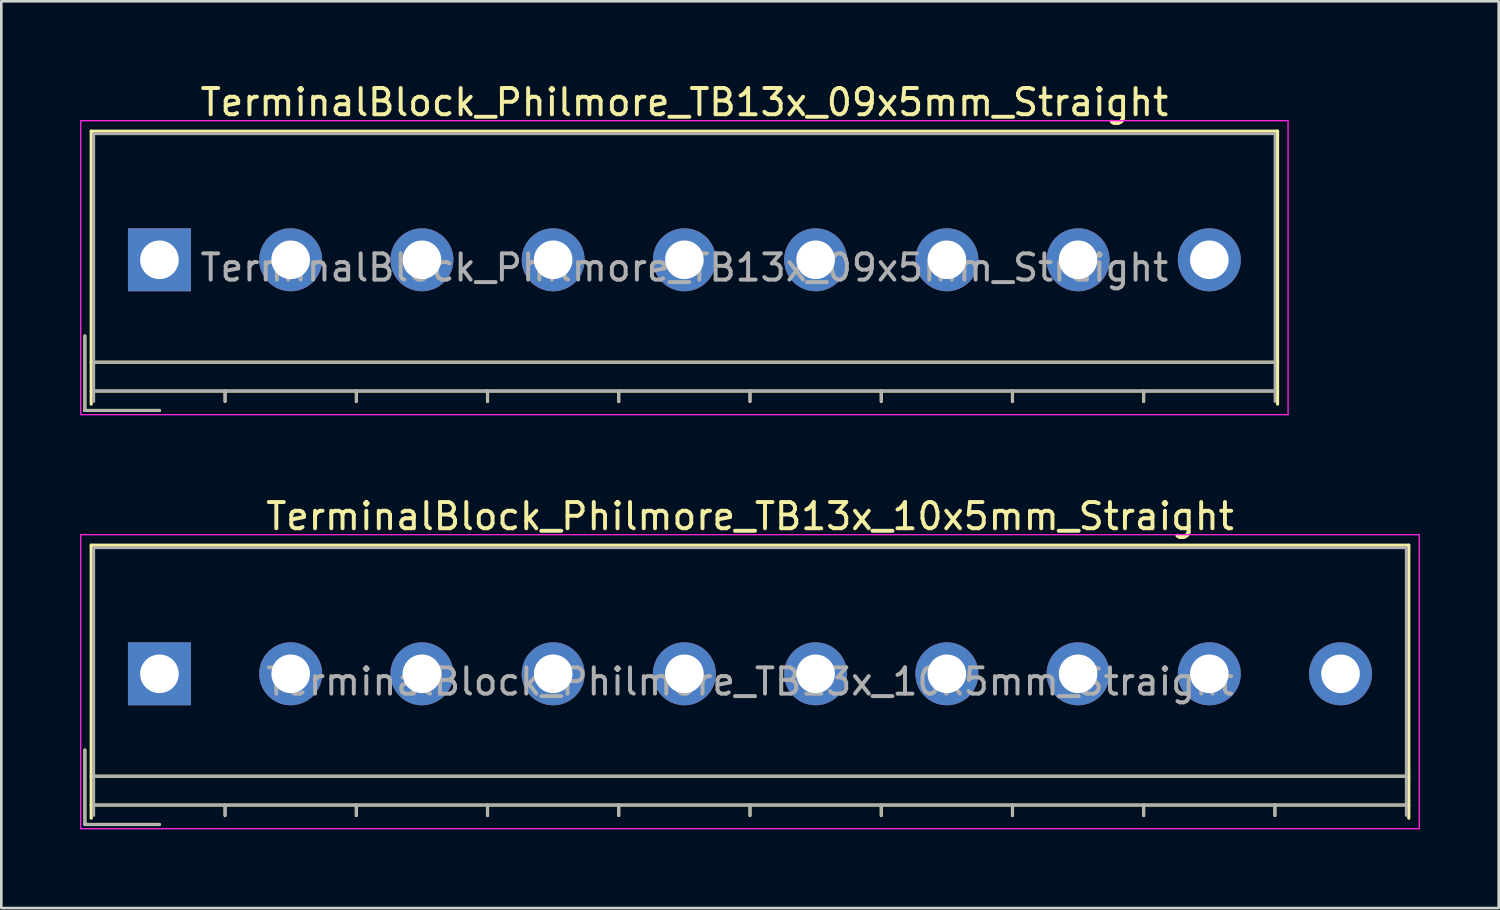
<source format=kicad_pcb>
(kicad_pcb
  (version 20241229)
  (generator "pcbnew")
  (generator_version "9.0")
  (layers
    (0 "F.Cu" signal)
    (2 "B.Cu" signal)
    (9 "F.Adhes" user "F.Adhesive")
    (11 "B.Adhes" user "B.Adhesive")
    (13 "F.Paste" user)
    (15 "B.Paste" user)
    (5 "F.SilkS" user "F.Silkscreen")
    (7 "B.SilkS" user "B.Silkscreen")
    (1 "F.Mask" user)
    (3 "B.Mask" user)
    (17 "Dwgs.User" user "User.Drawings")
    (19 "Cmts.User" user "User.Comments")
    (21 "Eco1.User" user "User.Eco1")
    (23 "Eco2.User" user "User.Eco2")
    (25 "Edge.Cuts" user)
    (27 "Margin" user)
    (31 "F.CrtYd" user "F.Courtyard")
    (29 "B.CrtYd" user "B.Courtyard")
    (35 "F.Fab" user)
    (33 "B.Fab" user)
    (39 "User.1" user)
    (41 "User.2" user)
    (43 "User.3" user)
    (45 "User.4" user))
  (footprint "TerminalBlock_Philmore_TB13x_09x5mm_Straight"
    (layer "F.Cu")
    (at 3.025 6.848)
    (property "Reference" "TerminalBlock_Philmore_TB13x_09x5mm_Straight" (at 20 -6 0) (layer "F.SilkS") (effects (font (size 1 1) (thickness 0.15))))
    (attr through_hole)
    (fp_line (start -2.84 2.9) (end -2.84 5.74) (stroke (width 0.12) (type solid)) (layer "F.SilkS"))
    (fp_line (start -2.84 5.74) (end 0 5.74) (stroke (width 0.12) (type solid)) (layer "F.SilkS"))
    (fp_line (start -2.6 -4.9) (end 42.6 -4.9) (stroke (width 0.12) (type solid)) (layer "F.SilkS"))
    (fp_line (start -2.6 3.9) (end 42.6 3.9) (stroke (width 0.12) (type solid)) (layer "F.SilkS"))
    (fp_line (start -2.6 5) (end 42.6 5) (stroke (width 0.12) (type solid)) (layer "F.SilkS"))
    (fp_line (start -2.6 5.5) (end -2.6 -4.9) (stroke (width 0.12) (type solid)) (layer "F.SilkS"))
    (fp_line (start 2.5 5) (end 2.5 5.4) (stroke (width 0.12) (type solid)) (layer "F.SilkS"))
    (fp_line (start 7.5 5) (end 7.5 5.4) (stroke (width 0.12) (type solid)) (layer "F.SilkS"))
    (fp_line (start 12.5 5) (end 12.5 5.4) (stroke (width 0.12) (type solid)) (layer "F.SilkS"))
    (fp_line (start 17.5 5) (end 17.5 5.4) (stroke (width 0.12) (type solid)) (layer "F.SilkS"))
    (fp_line (start 22.5 5) (end 22.5 5.4) (stroke (width 0.12) (type solid)) (layer "F.SilkS"))
    (fp_line (start 27.5 5) (end 27.5 5.4) (stroke (width 0.12) (type solid)) (layer "F.SilkS"))
    (fp_line (start 32.5 5) (end 32.5 5.4) (stroke (width 0.12) (type solid)) (layer "F.SilkS"))
    (fp_line (start 37.5 5) (end 37.5 5.4) (stroke (width 0.12) (type solid)) (layer "F.SilkS"))
    (fp_line (start 42.6 -4.9) (end 42.6 5.5) (stroke (width 0.12) (type solid)) (layer "F.SilkS"))
    (fp_line (start -3 -5.3) (end -3 5.9) (stroke (width 0.05) (type solid)) (layer "F.CrtYd"))
    (fp_line (start -3 5.9) (end 43 5.9) (stroke (width 0.05) (type solid)) (layer "F.CrtYd"))
    (fp_line (start 43 -5.3) (end -3 -5.3) (stroke (width 0.05) (type solid)) (layer "F.CrtYd"))
    (fp_line (start 43 5.9) (end 43 -5.3) (stroke (width 0.05) (type solid)) (layer "F.CrtYd"))
    (fp_line (start -2.84 2.9) (end -2.84 5.74) (stroke (width 0.1) (type solid)) (layer "F.Fab"))
    (fp_line (start -2.84 5.74) (end 0 5.74) (stroke (width 0.1) (type solid)) (layer "F.Fab"))
    (fp_line (start -2.5 -4.8) (end 42.5 -4.8) (stroke (width 0.1) (type solid)) (layer "F.Fab"))
    (fp_line (start -2.5 3.9) (end 42.5 3.9) (stroke (width 0.1) (type solid)) (layer "F.Fab"))
    (fp_line (start -2.5 5) (end 42.5 5) (stroke (width 0.1) (type solid)) (layer "F.Fab"))
    (fp_line (start -2.5 5.4) (end -2.5 -4.8) (stroke (width 0.1) (type solid)) (layer "F.Fab"))
    (fp_line (start 2.5 5) (end 2.5 5.4) (stroke (width 0.1) (type solid)) (layer "F.Fab"))
    (fp_line (start 7.5 5) (end 7.5 5.4) (stroke (width 0.1) (type solid)) (layer "F.Fab"))
    (fp_line (start 12.5 5) (end 12.5 5.4) (stroke (width 0.1) (type solid)) (layer "F.Fab"))
    (fp_line (start 17.5 5) (end 17.5 5.4) (stroke (width 0.1) (type solid)) (layer "F.Fab"))
    (fp_line (start 22.5 5) (end 22.5 5.4) (stroke (width 0.1) (type solid)) (layer "F.Fab"))
    (fp_line (start 27.5 5) (end 27.5 5.4) (stroke (width 0.1) (type solid)) (layer "F.Fab"))
    (fp_line (start 32.5 5) (end 32.5 5.4) (stroke (width 0.1) (type solid)) (layer "F.Fab"))
    (fp_line (start 37.5 5) (end 37.5 5.4) (stroke (width 0.1) (type solid)) (layer "F.Fab"))
    (fp_line (start 42.5 -4.8) (end 42.5 5.4) (stroke (width 0.1) (type solid)) (layer "F.Fab"))
    (fp_text user "${REFERENCE}" (at 20 0.3 0) (layer "F.Fab") (effects (font (size 1 1) (thickness 0.15))))
    (pad "1" thru_hole rect (at 0 0) (size 2.4 2.4) (drill 1.47) (layers "*.Cu" "*.Mask"))
    (pad "2" thru_hole circle (at 5 0) (size 2.4 2.4) (drill 1.47) (layers "*.Cu" "*.Mask"))
    (pad "3" thru_hole circle (at 10 0) (size 2.4 2.4) (drill 1.47) (layers "*.Cu" "*.Mask"))
    (pad "4" thru_hole circle (at 15 0) (size 2.4 2.4) (drill 1.47) (layers "*.Cu" "*.Mask"))
    (pad "5" thru_hole circle (at 20 0) (size 2.4 2.4) (drill 1.47) (layers "*.Cu" "*.Mask"))
    (pad "6" thru_hole circle (at 25 0) (size 2.4 2.4) (drill 1.47) (layers "*.Cu" "*.Mask"))
    (pad "7" thru_hole circle (at 30 0) (size 2.4 2.4) (drill 1.47) (layers "*.Cu" "*.Mask"))
    (pad "8" thru_hole circle (at 35 0) (size 2.4 2.4) (drill 1.47) (layers "*.Cu" "*.Mask"))
    (pad "9" thru_hole circle (at 40 0) (size 2.4 2.4) (drill 1.47) (layers "*.Cu" "*.Mask")))
  (footprint "TerminalBlock_Philmore_TB13x_10x5mm_Straight"
    (layer "F.Cu")
    (at 3.025 22.622)
    (property "Reference" "TerminalBlock_Philmore_TB13x_10x5mm_Straight" (at 22.5 -6 0) (layer "F.SilkS") (effects (font (size 1 1) (thickness 0.15))))
    (attr through_hole)
    (fp_line (start -2.84 2.9) (end -2.84 5.74) (stroke (width 0.12) (type solid)) (layer "F.SilkS"))
    (fp_line (start -2.84 5.74) (end 0 5.74) (stroke (width 0.12) (type solid)) (layer "F.SilkS"))
    (fp_line (start -2.6 -4.9) (end 47.6 -4.9) (stroke (width 0.12) (type solid)) (layer "F.SilkS"))
    (fp_line (start -2.6 3.9) (end 47.6 3.9) (stroke (width 0.12) (type solid)) (layer "F.SilkS"))
    (fp_line (start -2.6 5) (end 47.6 5) (stroke (width 0.12) (type solid)) (layer "F.SilkS"))
    (fp_line (start -2.6 5.5) (end -2.6 -4.9) (stroke (width 0.12) (type solid)) (layer "F.SilkS"))
    (fp_line (start 2.5 5) (end 2.5 5.4) (stroke (width 0.12) (type solid)) (layer "F.SilkS"))
    (fp_line (start 7.5 5) (end 7.5 5.4) (stroke (width 0.12) (type solid)) (layer "F.SilkS"))
    (fp_line (start 12.5 5) (end 12.5 5.4) (stroke (width 0.12) (type solid)) (layer "F.SilkS"))
    (fp_line (start 17.5 5) (end 17.5 5.4) (stroke (width 0.12) (type solid)) (layer "F.SilkS"))
    (fp_line (start 22.5 5) (end 22.5 5.4) (stroke (width 0.12) (type solid)) (layer "F.SilkS"))
    (fp_line (start 27.5 5) (end 27.5 5.4) (stroke (width 0.12) (type solid)) (layer "F.SilkS"))
    (fp_line (start 32.5 5) (end 32.5 5.4) (stroke (width 0.12) (type solid)) (layer "F.SilkS"))
    (fp_line (start 37.5 5) (end 37.5 5.4) (stroke (width 0.12) (type solid)) (layer "F.SilkS"))
    (fp_line (start 42.5 5) (end 42.5 5.4) (stroke (width 0.12) (type solid)) (layer "F.SilkS"))
    (fp_line (start 47.6 -4.9) (end 47.6 5.5) (stroke (width 0.12) (type solid)) (layer "F.SilkS"))
    (fp_line (start -3 -5.3) (end -3 5.9) (stroke (width 0.05) (type solid)) (layer "F.CrtYd"))
    (fp_line (start -3 5.9) (end 48 5.9) (stroke (width 0.05) (type solid)) (layer "F.CrtYd"))
    (fp_line (start 48 -5.3) (end -3 -5.3) (stroke (width 0.05) (type solid)) (layer "F.CrtYd"))
    (fp_line (start 48 5.9) (end 48 -5.3) (stroke (width 0.05) (type solid)) (layer "F.CrtYd"))
    (fp_line (start -2.84 2.9) (end -2.84 5.74) (stroke (width 0.1) (type solid)) (layer "F.Fab"))
    (fp_line (start -2.84 5.74) (end 0 5.74) (stroke (width 0.1) (type solid)) (layer "F.Fab"))
    (fp_line (start -2.5 -4.8) (end 47.5 -4.8) (stroke (width 0.1) (type solid)) (layer "F.Fab"))
    (fp_line (start -2.5 3.9) (end 47.5 3.9) (stroke (width 0.1) (type solid)) (layer "F.Fab"))
    (fp_line (start -2.5 5) (end 47.5 5) (stroke (width 0.1) (type solid)) (layer "F.Fab"))
    (fp_line (start -2.5 5.4) (end -2.5 -4.8) (stroke (width 0.1) (type solid)) (layer "F.Fab"))
    (fp_line (start 2.5 5) (end 2.5 5.4) (stroke (width 0.1) (type solid)) (layer "F.Fab"))
    (fp_line (start 7.5 5) (end 7.5 5.4) (stroke (width 0.1) (type solid)) (layer "F.Fab"))
    (fp_line (start 12.5 5) (end 12.5 5.4) (stroke (width 0.1) (type solid)) (layer "F.Fab"))
    (fp_line (start 17.5 5) (end 17.5 5.4) (stroke (width 0.1) (type solid)) (layer "F.Fab"))
    (fp_line (start 22.5 5) (end 22.5 5.4) (stroke (width 0.1) (type solid)) (layer "F.Fab"))
    (fp_line (start 27.5 5) (end 27.5 5.4) (stroke (width 0.1) (type solid)) (layer "F.Fab"))
    (fp_line (start 32.5 5) (end 32.5 5.4) (stroke (width 0.1) (type solid)) (layer "F.Fab"))
    (fp_line (start 37.5 5) (end 37.5 5.4) (stroke (width 0.1) (type solid)) (layer "F.Fab"))
    (fp_line (start 42.5 5) (end 42.5 5.4) (stroke (width 0.1) (type solid)) (layer "F.Fab"))
    (fp_line (start 47.5 -4.8) (end 47.5 5.4) (stroke (width 0.1) (type solid)) (layer "F.Fab"))
    (fp_text user "${REFERENCE}" (at 22.5 0.3 0) (layer "F.Fab") (effects (font (size 1 1) (thickness 0.15))))
    (pad "1" thru_hole rect (at 0 0) (size 2.4 2.4) (drill 1.47) (layers "*.Cu" "*.Mask"))
    (pad "2" thru_hole circle (at 5 0) (size 2.4 2.4) (drill 1.47) (layers "*.Cu" "*.Mask"))
    (pad "3" thru_hole circle (at 10 0) (size 2.4 2.4) (drill 1.47) (layers "*.Cu" "*.Mask"))
    (pad "4" thru_hole circle (at 15 0) (size 2.4 2.4) (drill 1.47) (layers "*.Cu" "*.Mask"))
    (pad "5" thru_hole circle (at 20 0) (size 2.4 2.4) (drill 1.47) (layers "*.Cu" "*.Mask"))
    (pad "6" thru_hole circle (at 25 0) (size 2.4 2.4) (drill 1.47) (layers "*.Cu" "*.Mask"))
    (pad "7" thru_hole circle (at 30 0) (size 2.4 2.4) (drill 1.47) (layers "*.Cu" "*.Mask"))
    (pad "8" thru_hole circle (at 35 0) (size 2.4 2.4) (drill 1.47) (layers "*.Cu" "*.Mask"))
    (pad "9" thru_hole circle (at 40 0) (size 2.4 2.4) (drill 1.47) (layers "*.Cu" "*.Mask"))
    (pad "10" thru_hole circle (at 45 0) (size 2.4 2.4) (drill 1.47) (layers "*.Cu" "*.Mask")))
  (gr_rect
    (start -3 -3)
    (end 54.05 31.547)
    (stroke (width 0.1) (type default))
    (fill no)
    (layer "Edge.Cuts")))
</source>
